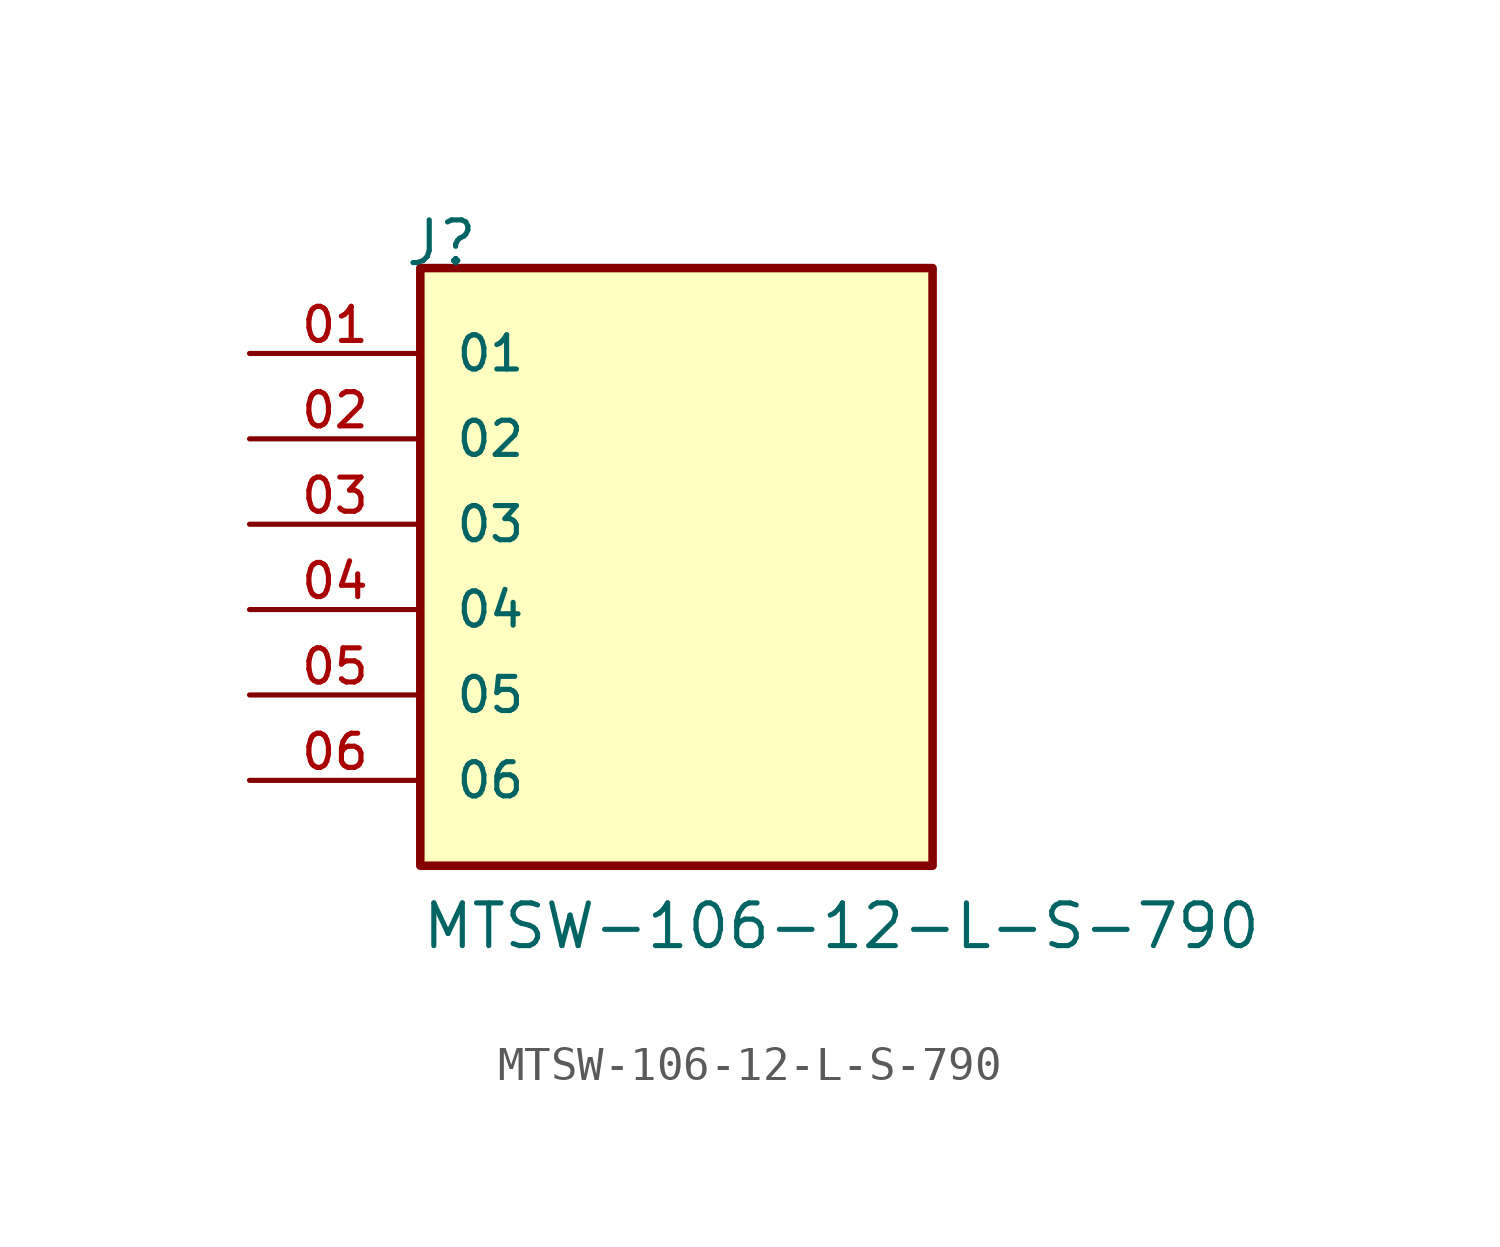
<source format=kicad_sym>
(kicad_symbol_lib
  (version 20211014)
  (generator kicad_symbol_editor)
  (symbol "MTSW-106-12-L-S-790"
    (pin_names
      (offset 1.016))
    (property "Reference" "J"
      (at -8.12 10.16 0)
      (effects (font (size 1.27 1.27)) (justify bottom left)))
    (property "Value" "MTSW-106-12-L-S-790"
      (at -7.62 -10.16 0)
      (effects (font (size 1.27 1.27)) (justify bottom left)))
    (symbol "MTSW-106-12-L-S-790_0_0"
      (rectangle (start -7.62 -7.62) (end 7.62 10.16) (stroke (width 0.254)) (fill (type background)))
      (pin passive line (at -12.7 7.62 0) (length 5.08) (name "01" (effects (font (size 1.016 1.016)))) (number "01" (effects (font (size 1.016 1.016)))))
      (pin passive line (at -12.7 5.08 0) (length 5.08) (name "02" (effects (font (size 1.016 1.016)))) (number "02" (effects (font (size 1.016 1.016)))))
      (pin passive line (at -12.7 2.54 0) (length 5.08) (name "03" (effects (font (size 1.016 1.016)))) (number "03" (effects (font (size 1.016 1.016)))))
      (pin passive line (at -12.7 0.0 0) (length 5.08) (name "04" (effects (font (size 1.016 1.016)))) (number "04" (effects (font (size 1.016 1.016)))))
      (pin passive line (at -12.7 -2.54 0) (length 5.08) (name "05" (effects (font (size 1.016 1.016)))) (number "05" (effects (font (size 1.016 1.016)))))
      (pin passive line (at -12.7 -5.08 0) (length 5.08) (name "06" (effects (font (size 1.016 1.016)))) (number "06" (effects (font (size 1.016 1.016))))))))
</source>
